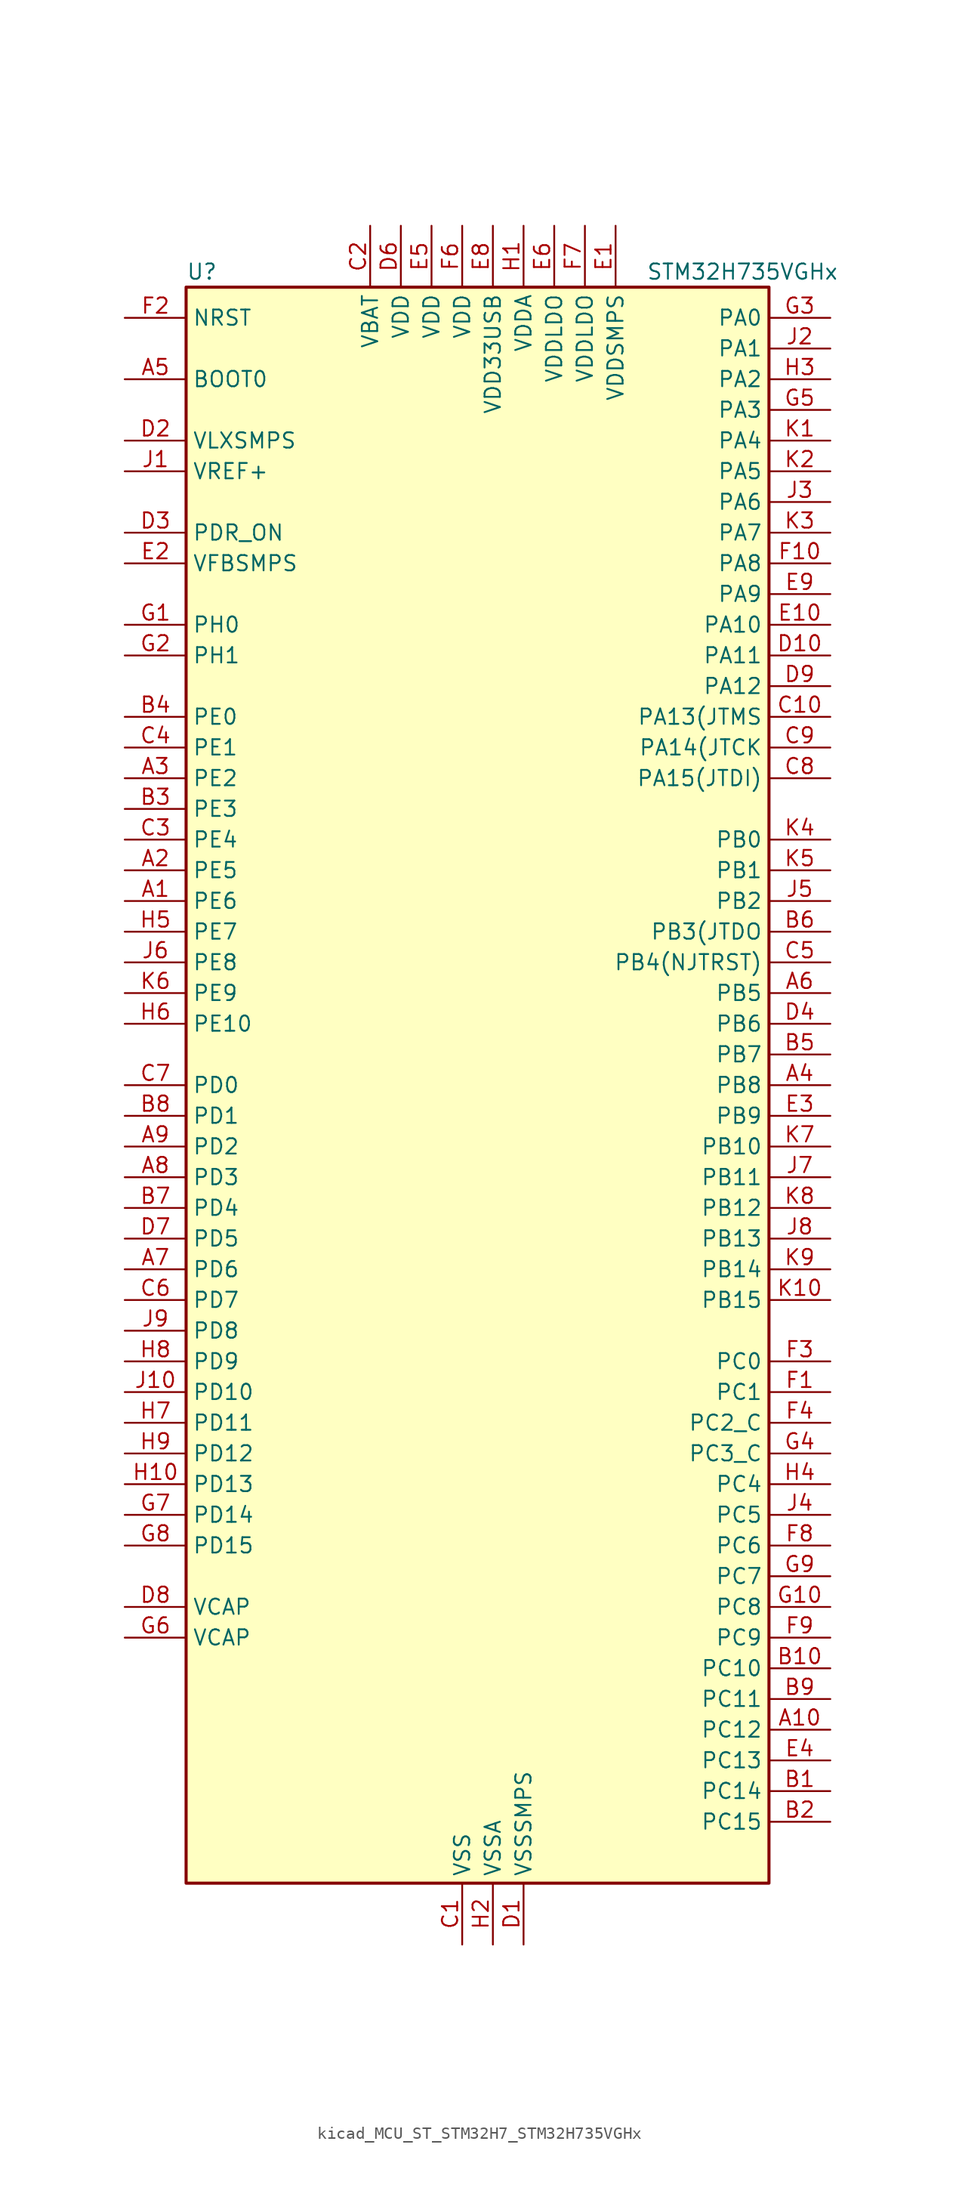
<source format=kicad_sym>
(kicad_symbol_lib
  (version 20220914)
  (generator kicad_symbol_editor)
  (symbol "kicad_MCU_ST_STM32H7_STM32H735VGHx"
    (property "Reference" "U"
      (at -22.86 67.31 0)
      (effects (font (size 1.27 1.27)) (justify left)))
    (property "Value" "STM32H735VGHx"
      (at 15.24 67.31 0)
      (effects (font (size 1.27 1.27)) (justify left)))
    (property "ki_locked" ""
      (at 0 0 0)
      (effects (font (size 1.27 1.27))))
    (symbol "kicad_MCU_ST_STM32H7_STM32H735VGHx_0_1"
      (rectangle (start -22.86 -66.04) (end 25.4 66.04) (stroke (width 0.254) (type default)) (fill (type background))))
    (symbol "kicad_MCU_ST_STM32H7_STM32H735VGHx_1_1"
      (pin bidirectional line (at -27.94 15.24 0) (length 5.08) (name "PE6" (effects (font (size 1.27 1.27)))) (number "A1" (effects (font (size 1.27 1.27)))) (alternate "DCMI_D7" bidirectional line) (alternate "DEBUG_TRACED3" bidirectional line) (alternate "FMC_A22" bidirectional line) (alternate "LTDC_G1" bidirectional line) (alternate "PSSI_D7" bidirectional line) (alternate "SAI1_D1" bidirectional line) (alternate "SAI1_SD_A" bidirectional line) (alternate "SAI4_D1" bidirectional line) (alternate "SAI4_MCLK_B" bidirectional line) (alternate "SAI4_SD_A" bidirectional line) (alternate "SPI4_MOSI" bidirectional line) (alternate "TIM15_CH2" bidirectional line) (alternate "TIM1_BKIN2" bidirectional line) (alternate "TIM1_BKIN2_COMP1" bidirectional line) (alternate "TIM1_BKIN2_COMP2" bidirectional line))
      (pin bidirectional line (at 30.48 -53.34 180) (length 5.08) (name "PC12" (effects (font (size 1.27 1.27)))) (number "A10" (effects (font (size 1.27 1.27)))) (alternate "DCMI_D9" bidirectional line) (alternate "DEBUG_TRACED3" bidirectional line) (alternate "FMC_D6" bidirectional line) (alternate "FMC_DA6" bidirectional line) (alternate "I2C5_SMBA" bidirectional line) (alternate "I2S3_SDO" bidirectional line) (alternate "I2S6_CK" bidirectional line) (alternate "LTDC_R6" bidirectional line) (alternate "PSSI_D9" bidirectional line) (alternate "SDMMC1_CK" bidirectional line) (alternate "SPI3_MOSI" bidirectional line) (alternate "SPI6_SCK" bidirectional line) (alternate "TIM15_CH1" bidirectional line) (alternate "UART5_TX" bidirectional line) (alternate "USART3_CK" bidirectional line))
      (pin bidirectional line (at -27.94 17.78 0) (length 5.08) (name "PE5" (effects (font (size 1.27 1.27)))) (number "A2" (effects (font (size 1.27 1.27)))) (alternate "DCMI_D6" bidirectional line) (alternate "DEBUG_TRACED2" bidirectional line) (alternate "DFSDM1_CKIN3" bidirectional line) (alternate "FMC_A21" bidirectional line) (alternate "LTDC_G0" bidirectional line) (alternate "PSSI_D6" bidirectional line) (alternate "SAI1_CK2" bidirectional line) (alternate "SAI1_SCK_A" bidirectional line) (alternate "SAI4_CK2" bidirectional line) (alternate "SAI4_SCK_A" bidirectional line) (alternate "SPI4_MISO" bidirectional line) (alternate "TIM15_CH1" bidirectional line))
      (pin bidirectional line (at -27.94 25.4 0) (length 5.08) (name "PE2" (effects (font (size 1.27 1.27)))) (number "A3" (effects (font (size 1.27 1.27)))) (alternate "DEBUG_TRACECLK" bidirectional line) (alternate "ETH_TXD3" bidirectional line) (alternate "FMC_A23" bidirectional line) (alternate "OCTOSPIM_P1_IO2" bidirectional line) (alternate "SAI1_CK1" bidirectional line) (alternate "SAI1_MCLK_A" bidirectional line) (alternate "SAI4_CK1" bidirectional line) (alternate "SAI4_MCLK_A" bidirectional line) (alternate "SPI4_SCK" bidirectional line) (alternate "USART10_RX" bidirectional line))
      (pin bidirectional line (at 30.48 0 180) (length 5.08) (name "PB8" (effects (font (size 1.27 1.27)))) (number "A4" (effects (font (size 1.27 1.27)))) (alternate "DCMI_D6" bidirectional line) (alternate "DFSDM1_CKIN7" bidirectional line) (alternate "ETH_TXD3" bidirectional line) (alternate "FDCAN1_RX" bidirectional line) (alternate "I2C1_SCL" bidirectional line) (alternate "I2C4_SCL" bidirectional line) (alternate "LTDC_B6" bidirectional line) (alternate "PSSI_D6" bidirectional line) (alternate "SDMMC1_CKIN" bidirectional line) (alternate "SDMMC1_D4" bidirectional line) (alternate "SDMMC2_D4" bidirectional line) (alternate "TIM16_CH1" bidirectional line) (alternate "TIM4_CH3" bidirectional line) (alternate "UART4_RX" bidirectional line))
      (pin input line (at -27.94 58.42 0) (length 5.08) (name "BOOT0" (effects (font (size 1.27 1.27)))) (number "A5" (effects (font (size 1.27 1.27)))))
      (pin bidirectional line (at 30.48 7.62 180) (length 5.08) (name "PB5" (effects (font (size 1.27 1.27)))) (number "A6" (effects (font (size 1.27 1.27)))) (alternate "DCMI_D10" bidirectional line) (alternate "ETH_PPS_OUT" bidirectional line) (alternate "FDCAN2_RX" bidirectional line) (alternate "FMC_SDCKE1" bidirectional line) (alternate "I2C1_SMBA" bidirectional line) (alternate "I2C4_SMBA" bidirectional line) (alternate "I2S1_SDO" bidirectional line) (alternate "I2S3_SDO" bidirectional line) (alternate "I2S6_SDO" bidirectional line) (alternate "LTDC_B5" bidirectional line) (alternate "PSSI_D10" bidirectional line) (alternate "SPI1_MOSI" bidirectional line) (alternate "SPI3_MOSI" bidirectional line) (alternate "SPI6_MOSI" bidirectional line) (alternate "TIM17_BKIN" bidirectional line) (alternate "TIM3_CH2" bidirectional line) (alternate "UART5_RX" bidirectional line) (alternate "USB_OTG_HS_ULPI_D7" bidirectional line))
      (pin bidirectional line (at -27.94 -15.24 0) (length 5.08) (name "PD6" (effects (font (size 1.27 1.27)))) (number "A7" (effects (font (size 1.27 1.27)))) (alternate "DCMI_D10" bidirectional line) (alternate "DFSDM1_CKIN4" bidirectional line) (alternate "DFSDM1_DATIN1" bidirectional line) (alternate "FMC_NWAIT" bidirectional line) (alternate "I2S3_SDO" bidirectional line) (alternate "LTDC_B2" bidirectional line) (alternate "OCTOSPIM_P1_IO6" bidirectional line) (alternate "PSSI_D10" bidirectional line) (alternate "SAI1_D1" bidirectional line) (alternate "SAI1_SD_A" bidirectional line) (alternate "SAI4_D1" bidirectional line) (alternate "SAI4_SD_A" bidirectional line) (alternate "SDMMC2_CK" bidirectional line) (alternate "SPI3_MOSI" bidirectional line) (alternate "USART2_RX" bidirectional line))
      (pin bidirectional line (at -27.94 -7.62 0) (length 5.08) (name "PD3" (effects (font (size 1.27 1.27)))) (number "A8" (effects (font (size 1.27 1.27)))) (alternate "DCMI_D5" bidirectional line) (alternate "DFSDM1_CKOUT" bidirectional line) (alternate "FMC_CLK" bidirectional line) (alternate "I2S2_CK" bidirectional line) (alternate "LTDC_G7" bidirectional line) (alternate "PSSI_D5" bidirectional line) (alternate "SPI2_SCK" bidirectional line) (alternate "USART2_CTS" bidirectional line) (alternate "USART2_NSS" bidirectional line))
      (pin bidirectional line (at -27.94 -5.08 0) (length 5.08) (name "PD2" (effects (font (size 1.27 1.27)))) (number "A9" (effects (font (size 1.27 1.27)))) (alternate "DCMI_D11" bidirectional line) (alternate "DEBUG_TRACED2" bidirectional line) (alternate "FMC_D7" bidirectional line) (alternate "FMC_DA7" bidirectional line) (alternate "LTDC_B2" bidirectional line) (alternate "LTDC_B7" bidirectional line) (alternate "PSSI_D11" bidirectional line) (alternate "SDMMC1_CMD" bidirectional line) (alternate "TIM15_BKIN" bidirectional line) (alternate "TIM3_ETR" bidirectional line) (alternate "UART5_RX" bidirectional line))
      (pin bidirectional line (at 30.48 -58.42 180) (length 5.08) (name "PC14" (effects (font (size 1.27 1.27)))) (number "B1" (effects (font (size 1.27 1.27)))) (alternate "RCC_OSC32_IN" bidirectional line))
      (pin bidirectional line (at 30.48 -48.26 180) (length 5.08) (name "PC10" (effects (font (size 1.27 1.27)))) (number "B10" (effects (font (size 1.27 1.27)))) (alternate "DCMI_D8" bidirectional line) (alternate "DFSDM1_CKIN5" bidirectional line) (alternate "I2C5_SDA" bidirectional line) (alternate "I2S3_CK" bidirectional line) (alternate "LTDC_B1" bidirectional line) (alternate "LTDC_R2" bidirectional line) (alternate "OCTOSPIM_P1_IO1" bidirectional line) (alternate "PSSI_D8" bidirectional line) (alternate "SDMMC1_D2" bidirectional line) (alternate "SPI3_SCK" bidirectional line) (alternate "SWPMI1_RX" bidirectional line) (alternate "UART4_TX" bidirectional line) (alternate "USART3_TX" bidirectional line))
      (pin bidirectional line (at 30.48 -60.96 180) (length 5.08) (name "PC15" (effects (font (size 1.27 1.27)))) (number "B2" (effects (font (size 1.27 1.27)))) (alternate "ADC1_EXTI15" bidirectional line) (alternate "ADC2_EXTI15" bidirectional line) (alternate "ADC3_EXTI15" bidirectional line) (alternate "RCC_OSC32_OUT" bidirectional line))
      (pin bidirectional line (at -27.94 22.86 0) (length 5.08) (name "PE3" (effects (font (size 1.27 1.27)))) (number "B3" (effects (font (size 1.27 1.27)))) (alternate "DEBUG_TRACED0" bidirectional line) (alternate "FMC_A19" bidirectional line) (alternate "SAI1_SD_B" bidirectional line) (alternate "SAI4_SD_B" bidirectional line) (alternate "TIM15_BKIN" bidirectional line) (alternate "USART10_TX" bidirectional line))
      (pin bidirectional line (at -27.94 30.48 0) (length 5.08) (name "PE0" (effects (font (size 1.27 1.27)))) (number "B4" (effects (font (size 1.27 1.27)))) (alternate "DCMI_D2" bidirectional line) (alternate "FMC_NBL0" bidirectional line) (alternate "LPTIM1_ETR" bidirectional line) (alternate "LPTIM2_ETR" bidirectional line) (alternate "LTDC_R0" bidirectional line) (alternate "PSSI_D2" bidirectional line) (alternate "SAI4_MCLK_A" bidirectional line) (alternate "TIM4_ETR" bidirectional line) (alternate "UART8_RX" bidirectional line))
      (pin bidirectional line (at 30.48 2.54 180) (length 5.08) (name "PB7" (effects (font (size 1.27 1.27)))) (number "B5" (effects (font (size 1.27 1.27)))) (alternate "DCMI_VSYNC" bidirectional line) (alternate "DFSDM1_CKIN5" bidirectional line) (alternate "FMC_NL" bidirectional line) (alternate "I2C1_SDA" bidirectional line) (alternate "I2C4_SDA" bidirectional line) (alternate "LPUART1_RX" bidirectional line) (alternate "PSSI_RDY" bidirectional line) (alternate "PWR_PVD_IN" bidirectional line) (alternate "TIM17_CH1N" bidirectional line) (alternate "TIM4_CH2" bidirectional line) (alternate "USART1_RX" bidirectional line))
      (pin bidirectional line (at 30.48 12.7 180) (length 5.08) (name "PB3(JTDO" (effects (font (size 1.27 1.27)))) (number "B6" (effects (font (size 1.27 1.27)))) (alternate "CRS_SYNC" bidirectional line) (alternate "DEBUG_JTDO-SWO" bidirectional line) (alternate "I2S1_CK" bidirectional line) (alternate "I2S3_CK" bidirectional line) (alternate "I2S6_CK" bidirectional line) (alternate "SDMMC2_D2" bidirectional line) (alternate "SPI1_SCK" bidirectional line) (alternate "SPI3_SCK" bidirectional line) (alternate "SPI6_SCK" bidirectional line) (alternate "TIM24_ETR" bidirectional line) (alternate "TIM2_CH2" bidirectional line) (alternate "UART7_RX" bidirectional line))
      (pin bidirectional line (at -27.94 -10.16 0) (length 5.08) (name "PD4" (effects (font (size 1.27 1.27)))) (number "B7" (effects (font (size 1.27 1.27)))) (alternate "FMC_NOE" bidirectional line) (alternate "OCTOSPIM_P1_IO4" bidirectional line) (alternate "USART2_DE" bidirectional line) (alternate "USART2_RTS" bidirectional line))
      (pin bidirectional line (at -27.94 -2.54 0) (length 5.08) (name "PD1" (effects (font (size 1.27 1.27)))) (number "B8" (effects (font (size 1.27 1.27)))) (alternate "DFSDM1_DATIN6" bidirectional line) (alternate "FDCAN1_TX" bidirectional line) (alternate "FMC_D3" bidirectional line) (alternate "FMC_DA3" bidirectional line) (alternate "UART4_TX" bidirectional line))
      (pin bidirectional line (at 30.48 -50.8 180) (length 5.08) (name "PC11" (effects (font (size 1.27 1.27)))) (number "B9" (effects (font (size 1.27 1.27)))) (alternate "ADC1_EXTI11" bidirectional line) (alternate "ADC2_EXTI11" bidirectional line) (alternate "ADC3_EXTI11" bidirectional line) (alternate "DCMI_D4" bidirectional line) (alternate "DFSDM1_DATIN5" bidirectional line) (alternate "I2C5_SCL" bidirectional line) (alternate "I2S3_SDI" bidirectional line) (alternate "LTDC_B4" bidirectional line) (alternate "OCTOSPIM_P1_NCS" bidirectional line) (alternate "PSSI_D4" bidirectional line) (alternate "SDMMC1_D3" bidirectional line) (alternate "SPI3_MISO" bidirectional line) (alternate "UART4_RX" bidirectional line) (alternate "USART3_RX" bidirectional line))
      (pin power_in line (at 0 -71.12 90) (length 5.08) (name "VSS" (effects (font (size 1.27 1.27)))) (number "C1" (effects (font (size 1.27 1.27)))))
      (pin bidirectional line (at 30.48 30.48 180) (length 5.08) (name "PA13(JTMS" (effects (font (size 1.27 1.27)))) (number "C10" (effects (font (size 1.27 1.27)))) (alternate "DEBUG_JTMS-SWDIO" bidirectional line))
      (pin power_in line (at -7.62 71.12 270) (length 5.08) (name "VBAT" (effects (font (size 1.27 1.27)))) (number "C2" (effects (font (size 1.27 1.27)))))
      (pin bidirectional line (at -27.94 20.32 0) (length 5.08) (name "PE4" (effects (font (size 1.27 1.27)))) (number "C3" (effects (font (size 1.27 1.27)))) (alternate "DCMI_D4" bidirectional line) (alternate "DEBUG_TRACED1" bidirectional line) (alternate "DFSDM1_DATIN3" bidirectional line) (alternate "FMC_A20" bidirectional line) (alternate "LTDC_B0" bidirectional line) (alternate "PSSI_D4" bidirectional line) (alternate "SAI1_D2" bidirectional line) (alternate "SAI1_FS_A" bidirectional line) (alternate "SAI4_D2" bidirectional line) (alternate "SAI4_FS_A" bidirectional line) (alternate "SPI4_NSS" bidirectional line) (alternate "TIM15_CH1N" bidirectional line))
      (pin bidirectional line (at -27.94 27.94 0) (length 5.08) (name "PE1" (effects (font (size 1.27 1.27)))) (number "C4" (effects (font (size 1.27 1.27)))) (alternate "DCMI_D3" bidirectional line) (alternate "FMC_NBL1" bidirectional line) (alternate "LPTIM1_IN2" bidirectional line) (alternate "LTDC_R6" bidirectional line) (alternate "PSSI_D3" bidirectional line) (alternate "UART8_TX" bidirectional line))
      (pin bidirectional line (at 30.48 10.16 180) (length 5.08) (name "PB4(NJTRST)" (effects (font (size 1.27 1.27)))) (number "C5" (effects (font (size 1.27 1.27)))) (alternate "DEBUG_JTRST" bidirectional line) (alternate "I2S1_SDI" bidirectional line) (alternate "I2S2_WS" bidirectional line) (alternate "I2S3_SDI" bidirectional line) (alternate "I2S6_SDI" bidirectional line) (alternate "SDMMC2_D3" bidirectional line) (alternate "SPI1_MISO" bidirectional line) (alternate "SPI2_NSS" bidirectional line) (alternate "SPI3_MISO" bidirectional line) (alternate "SPI6_MISO" bidirectional line) (alternate "TIM16_BKIN" bidirectional line) (alternate "TIM3_CH1" bidirectional line) (alternate "UART7_TX" bidirectional line))
      (pin bidirectional line (at -27.94 -17.78 0) (length 5.08) (name "PD7" (effects (font (size 1.27 1.27)))) (number "C6" (effects (font (size 1.27 1.27)))) (alternate "DFSDM1_CKIN1" bidirectional line) (alternate "DFSDM1_DATIN4" bidirectional line) (alternate "FMC_NE1" bidirectional line) (alternate "I2S1_SDO" bidirectional line) (alternate "OCTOSPIM_P1_IO7" bidirectional line) (alternate "SDMMC2_CMD" bidirectional line) (alternate "SPDIFRX1_IN0" bidirectional line) (alternate "SPI1_MOSI" bidirectional line) (alternate "USART2_CK" bidirectional line))
      (pin bidirectional line (at -27.94 0 0) (length 5.08) (name "PD0" (effects (font (size 1.27 1.27)))) (number "C7" (effects (font (size 1.27 1.27)))) (alternate "DFSDM1_CKIN6" bidirectional line) (alternate "FDCAN1_RX" bidirectional line) (alternate "FMC_D2" bidirectional line) (alternate "FMC_DA2" bidirectional line) (alternate "LTDC_B1" bidirectional line) (alternate "UART4_RX" bidirectional line) (alternate "UART9_CTS" bidirectional line))
      (pin bidirectional line (at 30.48 25.4 180) (length 5.08) (name "PA15(JTDI)" (effects (font (size 1.27 1.27)))) (number "C8" (effects (font (size 1.27 1.27)))) (alternate "ADC1_EXTI15" bidirectional line) (alternate "ADC2_EXTI15" bidirectional line) (alternate "ADC3_EXTI15" bidirectional line) (alternate "CEC" bidirectional line) (alternate "DEBUG_JTDI" bidirectional line) (alternate "I2S1_WS" bidirectional line) (alternate "I2S3_WS" bidirectional line) (alternate "I2S6_WS" bidirectional line) (alternate "LTDC_B6" bidirectional line) (alternate "LTDC_R3" bidirectional line) (alternate "SPI1_NSS" bidirectional line) (alternate "SPI3_NSS" bidirectional line) (alternate "SPI6_NSS" bidirectional line) (alternate "TIM2_CH1" bidirectional line) (alternate "TIM2_ETR" bidirectional line) (alternate "UART4_DE" bidirectional line) (alternate "UART4_RTS" bidirectional line) (alternate "UART7_TX" bidirectional line))
      (pin bidirectional line (at 30.48 27.94 180) (length 5.08) (name "PA14(JTCK" (effects (font (size 1.27 1.27)))) (number "C9" (effects (font (size 1.27 1.27)))) (alternate "DEBUG_JTCK-SWCLK" bidirectional line))
      (pin power_in line (at 5.08 -71.12 90) (length 5.08) (name "VSSSMPS" (effects (font (size 1.27 1.27)))) (number "D1" (effects (font (size 1.27 1.27)))))
      (pin bidirectional line (at 30.48 35.56 180) (length 5.08) (name "PA11" (effects (font (size 1.27 1.27)))) (number "D10" (effects (font (size 1.27 1.27)))) (alternate "ADC1_EXTI11" bidirectional line) (alternate "ADC2_EXTI11" bidirectional line) (alternate "ADC3_EXTI11" bidirectional line) (alternate "FDCAN1_RX" bidirectional line) (alternate "I2S2_WS" bidirectional line) (alternate "LPUART1_CTS" bidirectional line) (alternate "LTDC_R4" bidirectional line) (alternate "SPI2_NSS" bidirectional line) (alternate "TIM1_CH4" bidirectional line) (alternate "UART4_RX" bidirectional line) (alternate "USART1_CTS" bidirectional line) (alternate "USART1_NSS" bidirectional line) (alternate "USB_OTG_HS_DM" bidirectional line))
      (pin power_in line (at -27.94 53.34 0) (length 5.08) (name "VLXSMPS" (effects (font (size 1.27 1.27)))) (number "D2" (effects (font (size 1.27 1.27)))))
      (pin input line (at -27.94 45.72 0) (length 5.08) (name "PDR_ON" (effects (font (size 1.27 1.27)))) (number "D3" (effects (font (size 1.27 1.27)))))
      (pin bidirectional line (at 30.48 5.08 180) (length 5.08) (name "PB6" (effects (font (size 1.27 1.27)))) (number "D4" (effects (font (size 1.27 1.27)))) (alternate "CEC" bidirectional line) (alternate "DCMI_D5" bidirectional line) (alternate "DFSDM1_DATIN5" bidirectional line) (alternate "FDCAN2_TX" bidirectional line) (alternate "FMC_SDNE1" bidirectional line) (alternate "I2C1_SCL" bidirectional line) (alternate "I2C4_SCL" bidirectional line) (alternate "LPUART1_TX" bidirectional line) (alternate "OCTOSPIM_P1_NCS" bidirectional line) (alternate "PSSI_D5" bidirectional line) (alternate "TIM16_CH1N" bidirectional line) (alternate "TIM4_CH1" bidirectional line) (alternate "UART5_TX" bidirectional line) (alternate "USART1_TX" bidirectional line))
      (pin passive line (at 0 -71.12 90) (length 5.08) hide (name "VSS" (effects (font (size 1.27 1.27)))) (number "D5" (effects (font (size 1.27 1.27)))))
      (pin power_in line (at -5.08 71.12 270) (length 5.08) (name "VDD" (effects (font (size 1.27 1.27)))) (number "D6" (effects (font (size 1.27 1.27)))))
      (pin bidirectional line (at -27.94 -12.7 0) (length 5.08) (name "PD5" (effects (font (size 1.27 1.27)))) (number "D7" (effects (font (size 1.27 1.27)))) (alternate "FMC_NWE" bidirectional line) (alternate "OCTOSPIM_P1_IO5" bidirectional line) (alternate "USART2_TX" bidirectional line))
      (pin power_out line (at -27.94 -43.18 0) (length 5.08) (name "VCAP" (effects (font (size 1.27 1.27)))) (number "D8" (effects (font (size 1.27 1.27)))))
      (pin bidirectional line (at 30.48 33.02 180) (length 5.08) (name "PA12" (effects (font (size 1.27 1.27)))) (number "D9" (effects (font (size 1.27 1.27)))) (alternate "FDCAN1_TX" bidirectional line) (alternate "I2S2_CK" bidirectional line) (alternate "LPUART1_DE" bidirectional line) (alternate "LPUART1_RTS" bidirectional line) (alternate "LTDC_R5" bidirectional line) (alternate "SAI4_FS_B" bidirectional line) (alternate "SPI2_SCK" bidirectional line) (alternate "TIM1_BKIN2" bidirectional line) (alternate "TIM1_ETR" bidirectional line) (alternate "UART4_TX" bidirectional line) (alternate "USART1_DE" bidirectional line) (alternate "USART1_RTS" bidirectional line) (alternate "USB_OTG_HS_DP" bidirectional line))
      (pin power_in line (at 12.7 71.12 270) (length 5.08) (name "VDDSMPS" (effects (font (size 1.27 1.27)))) (number "E1" (effects (font (size 1.27 1.27)))))
      (pin bidirectional line (at 30.48 38.1 180) (length 5.08) (name "PA10" (effects (font (size 1.27 1.27)))) (number "E10" (effects (font (size 1.27 1.27)))) (alternate "DCMI_D1" bidirectional line) (alternate "LPUART1_RX" bidirectional line) (alternate "LTDC_B1" bidirectional line) (alternate "LTDC_B4" bidirectional line) (alternate "MDIOS_MDIO" bidirectional line) (alternate "PSSI_D1" bidirectional line) (alternate "TIM1_CH3" bidirectional line) (alternate "USART1_RX" bidirectional line) (alternate "USB_OTG_HS_ID" bidirectional line))
      (pin input line (at -27.94 43.18 0) (length 5.08) (name "VFBSMPS" (effects (font (size 1.27 1.27)))) (number "E2" (effects (font (size 1.27 1.27)))))
      (pin bidirectional line (at 30.48 -2.54 180) (length 5.08) (name "PB9" (effects (font (size 1.27 1.27)))) (number "E3" (effects (font (size 1.27 1.27)))) (alternate "DAC1_EXTI9" bidirectional line) (alternate "DCMI_D7" bidirectional line) (alternate "DFSDM1_DATIN7" bidirectional line) (alternate "FDCAN1_TX" bidirectional line) (alternate "I2C1_SDA" bidirectional line) (alternate "I2C4_SDA" bidirectional line) (alternate "I2C4_SMBA" bidirectional line) (alternate "I2S2_WS" bidirectional line) (alternate "LTDC_B7" bidirectional line) (alternate "PSSI_D7" bidirectional line) (alternate "SDMMC1_CDIR" bidirectional line) (alternate "SDMMC1_D5" bidirectional line) (alternate "SDMMC2_D5" bidirectional line) (alternate "SPI2_NSS" bidirectional line) (alternate "TIM17_CH1" bidirectional line) (alternate "TIM4_CH4" bidirectional line) (alternate "UART4_TX" bidirectional line))
      (pin bidirectional line (at 30.48 -55.88 180) (length 5.08) (name "PC13" (effects (font (size 1.27 1.27)))) (number "E4" (effects (font (size 1.27 1.27)))) (alternate "PWR_WKUP4" bidirectional line) (alternate "RTC_OUT_ALARM" bidirectional line) (alternate "RTC_OUT_CALIB" bidirectional line) (alternate "RTC_TAMP1" bidirectional line) (alternate "RTC_TS" bidirectional line))
      (pin power_in line (at -2.54 71.12 270) (length 5.08) (name "VDD" (effects (font (size 1.27 1.27)))) (number "E5" (effects (font (size 1.27 1.27)))))
      (pin power_in line (at 7.62 71.12 270) (length 5.08) (name "VDDLDO" (effects (font (size 1.27 1.27)))) (number "E6" (effects (font (size 1.27 1.27)))))
      (pin passive line (at 0 -71.12 90) (length 5.08) hide (name "VSS" (effects (font (size 1.27 1.27)))) (number "E7" (effects (font (size 1.27 1.27)))))
      (pin power_in line (at 2.54 71.12 270) (length 5.08) (name "VDD33USB" (effects (font (size 1.27 1.27)))) (number "E8" (effects (font (size 1.27 1.27)))))
      (pin bidirectional line (at 30.48 40.64 180) (length 5.08) (name "PA9" (effects (font (size 1.27 1.27)))) (number "E9" (effects (font (size 1.27 1.27)))) (alternate "DAC1_EXTI9" bidirectional line) (alternate "DCMI_D0" bidirectional line) (alternate "ETH_TX_ER" bidirectional line) (alternate "I2C3_SMBA" bidirectional line) (alternate "I2C5_SMBA" bidirectional line) (alternate "I2S2_CK" bidirectional line) (alternate "LPUART1_TX" bidirectional line) (alternate "LTDC_R5" bidirectional line) (alternate "PSSI_D0" bidirectional line) (alternate "SPI2_SCK" bidirectional line) (alternate "TIM1_CH2" bidirectional line) (alternate "USART1_TX" bidirectional line) (alternate "USB_OTG_HS_VBUS" bidirectional line))
      (pin bidirectional line (at 30.48 -25.4 180) (length 5.08) (name "PC1" (effects (font (size 1.27 1.27)))) (number "F1" (effects (font (size 1.27 1.27)))) (alternate "ADC1_INN10" bidirectional line) (alternate "ADC1_INP11" bidirectional line) (alternate "ADC2_INN10" bidirectional line) (alternate "ADC2_INP11" bidirectional line) (alternate "ADC3_INN10" bidirectional line) (alternate "ADC3_INP11" bidirectional line) (alternate "DEBUG_TRACED0" bidirectional line) (alternate "DFSDM1_CKIN4" bidirectional line) (alternate "DFSDM1_DATIN0" bidirectional line) (alternate "ETH_MDC" bidirectional line) (alternate "I2S2_SDO" bidirectional line) (alternate "LTDC_G5" bidirectional line) (alternate "MDIOS_MDC" bidirectional line) (alternate "OCTOSPIM_P1_IO4" bidirectional line) (alternate "PWR_WKUP6" bidirectional line) (alternate "RTC_TAMP3" bidirectional line) (alternate "SAI1_D1" bidirectional line) (alternate "SAI1_SD_A" bidirectional line) (alternate "SAI4_D1" bidirectional line) (alternate "SAI4_SD_A" bidirectional line) (alternate "SDMMC2_CK" bidirectional line) (alternate "SPI2_MOSI" bidirectional line))
      (pin bidirectional line (at 30.48 43.18 180) (length 5.08) (name "PA8" (effects (font (size 1.27 1.27)))) (number "F10" (effects (font (size 1.27 1.27)))) (alternate "I2C3_SCL" bidirectional line) (alternate "I2C5_SCL" bidirectional line) (alternate "LTDC_B3" bidirectional line) (alternate "LTDC_R6" bidirectional line) (alternate "RCC_MCO_1" bidirectional line) (alternate "TIM1_CH1" bidirectional line) (alternate "TIM8_BKIN2" bidirectional line) (alternate "TIM8_BKIN2_COMP1" bidirectional line) (alternate "TIM8_BKIN2_COMP2" bidirectional line) (alternate "UART7_RX" bidirectional line) (alternate "USART1_CK" bidirectional line) (alternate "USB_OTG_HS_SOF" bidirectional line))
      (pin input line (at -27.94 63.5 0) (length 5.08) (name "NRST" (effects (font (size 1.27 1.27)))) (number "F2" (effects (font (size 1.27 1.27)))))
      (pin bidirectional line (at 30.48 -22.86 180) (length 5.08) (name "PC0" (effects (font (size 1.27 1.27)))) (number "F3" (effects (font (size 1.27 1.27)))) (alternate "ADC1_INP10" bidirectional line) (alternate "ADC2_INP10" bidirectional line) (alternate "ADC3_INP10" bidirectional line) (alternate "DFSDM1_CKIN0" bidirectional line) (alternate "DFSDM1_DATIN4" bidirectional line) (alternate "FMC_A25" bidirectional line) (alternate "FMC_D12" bidirectional line) (alternate "FMC_DA12" bidirectional line) (alternate "FMC_SDNWE" bidirectional line) (alternate "LTDC_G2" bidirectional line) (alternate "LTDC_R5" bidirectional line) (alternate "SAI4_FS_B" bidirectional line) (alternate "USB_OTG_HS_ULPI_STP" bidirectional line))
      (pin bidirectional line (at 30.48 -27.94 180) (length 5.08) (name "PC2_C" (effects (font (size 1.27 1.27)))) (number "F4" (effects (font (size 1.27 1.27)))) (alternate "ADC3_INN1" bidirectional line) (alternate "ADC3_INP0" bidirectional line) (alternate "DFSDM1_CKIN1" bidirectional line) (alternate "DFSDM1_CKOUT" bidirectional line) (alternate "ETH_TXD2" bidirectional line) (alternate "FMC_SDNE0" bidirectional line) (alternate "I2S2_SDI" bidirectional line) (alternate "OCTOSPIM_P1_IO2" bidirectional line) (alternate "OCTOSPIM_P1_IO5" bidirectional line) (alternate "PWR_CSTOP" bidirectional line) (alternate "SPI2_MISO" bidirectional line) (alternate "USB_OTG_HS_ULPI_DIR" bidirectional line))
      (pin passive line (at 0 -71.12 90) (length 5.08) hide (name "VSS" (effects (font (size 1.27 1.27)))) (number "F5" (effects (font (size 1.27 1.27)))))
      (pin power_in line (at 0 71.12 270) (length 5.08) (name "VDD" (effects (font (size 1.27 1.27)))) (number "F6" (effects (font (size 1.27 1.27)))))
      (pin power_in line (at 10.16 71.12 270) (length 5.08) (name "VDDLDO" (effects (font (size 1.27 1.27)))) (number "F7" (effects (font (size 1.27 1.27)))))
      (pin bidirectional line (at 30.48 -38.1 180) (length 5.08) (name "PC6" (effects (font (size 1.27 1.27)))) (number "F8" (effects (font (size 1.27 1.27)))) (alternate "DCMI_D0" bidirectional line) (alternate "DFSDM1_CKIN3" bidirectional line) (alternate "FMC_NWAIT" bidirectional line) (alternate "I2S2_MCK" bidirectional line) (alternate "LTDC_HSYNC" bidirectional line) (alternate "PSSI_D0" bidirectional line) (alternate "SDMMC1_D0DIR" bidirectional line) (alternate "SDMMC1_D6" bidirectional line) (alternate "SDMMC2_D6" bidirectional line) (alternate "SWPMI1_IO" bidirectional line) (alternate "TIM3_CH1" bidirectional line) (alternate "TIM8_CH1" bidirectional line) (alternate "USART6_TX" bidirectional line))
      (pin bidirectional line (at 30.48 -45.72 180) (length 5.08) (name "PC9" (effects (font (size 1.27 1.27)))) (number "F9" (effects (font (size 1.27 1.27)))) (alternate "DAC1_EXTI9" bidirectional line) (alternate "DCMI_D3" bidirectional line) (alternate "I2C3_SDA" bidirectional line) (alternate "I2C5_SDA" bidirectional line) (alternate "I2S_CKIN" bidirectional line) (alternate "LTDC_B2" bidirectional line) (alternate "LTDC_G3" bidirectional line) (alternate "OCTOSPIM_P1_IO0" bidirectional line) (alternate "PSSI_D3" bidirectional line) (alternate "RCC_MCO_2" bidirectional line) (alternate "SDMMC1_D1" bidirectional line) (alternate "SWPMI1_SUSPEND" bidirectional line) (alternate "TIM3_CH4" bidirectional line) (alternate "TIM8_CH4" bidirectional line) (alternate "UART5_CTS" bidirectional line))
      (pin bidirectional line (at -27.94 38.1 0) (length 5.08) (name "PH0" (effects (font (size 1.27 1.27)))) (number "G1" (effects (font (size 1.27 1.27)))) (alternate "RCC_OSC_IN" bidirectional line))
      (pin bidirectional line (at 30.48 -43.18 180) (length 5.08) (name "PC8" (effects (font (size 1.27 1.27)))) (number "G10" (effects (font (size 1.27 1.27)))) (alternate "DCMI_D2" bidirectional line) (alternate "DEBUG_TRACED1" bidirectional line) (alternate "FMC_INT" bidirectional line) (alternate "FMC_NCE" bidirectional line) (alternate "FMC_NE2" bidirectional line) (alternate "PSSI_D2" bidirectional line) (alternate "SDMMC1_D0" bidirectional line) (alternate "SWPMI1_RX" bidirectional line) (alternate "TIM3_CH3" bidirectional line) (alternate "TIM8_CH3" bidirectional line) (alternate "UART5_DE" bidirectional line) (alternate "UART5_RTS" bidirectional line) (alternate "USART6_CK" bidirectional line))
      (pin bidirectional line (at -27.94 35.56 0) (length 5.08) (name "PH1" (effects (font (size 1.27 1.27)))) (number "G2" (effects (font (size 1.27 1.27)))) (alternate "RCC_OSC_OUT" bidirectional line))
      (pin bidirectional line (at 30.48 63.5 180) (length 5.08) (name "PA0" (effects (font (size 1.27 1.27)))) (number "G3" (effects (font (size 1.27 1.27)))) (alternate "ADC1_INP16" bidirectional line) (alternate "ETH_CRS" bidirectional line) (alternate "FMC_A19" bidirectional line) (alternate "I2S6_WS" bidirectional line) (alternate "PWR_WKUP1" bidirectional line) (alternate "SAI4_SD_B" bidirectional line) (alternate "SDMMC2_CMD" bidirectional line) (alternate "SPI6_NSS" bidirectional line) (alternate "TIM15_BKIN" bidirectional line) (alternate "TIM2_CH1" bidirectional line) (alternate "TIM2_ETR" bidirectional line) (alternate "TIM5_CH1" bidirectional line) (alternate "TIM8_ETR" bidirectional line) (alternate "UART4_TX" bidirectional line) (alternate "USART2_CTS" bidirectional line) (alternate "USART2_NSS" bidirectional line))
      (pin bidirectional line (at 30.48 -30.48 180) (length 5.08) (name "PC3_C" (effects (font (size 1.27 1.27)))) (number "G4" (effects (font (size 1.27 1.27)))) (alternate "ADC3_INP1" bidirectional line) (alternate "DFSDM1_DATIN1" bidirectional line) (alternate "ETH_TX_CLK" bidirectional line) (alternate "FMC_SDCKE0" bidirectional line) (alternate "I2S2_SDO" bidirectional line) (alternate "OCTOSPIM_P1_IO0" bidirectional line) (alternate "OCTOSPIM_P1_IO6" bidirectional line) (alternate "PWR_CSLEEP" bidirectional line) (alternate "SPI2_MOSI" bidirectional line) (alternate "USB_OTG_HS_ULPI_NXT" bidirectional line))
      (pin bidirectional line (at 30.48 55.88 180) (length 5.08) (name "PA3" (effects (font (size 1.27 1.27)))) (number "G5" (effects (font (size 1.27 1.27)))) (alternate "ADC1_INP15" bidirectional line) (alternate "ADC2_INP15" bidirectional line) (alternate "ETH_COL" bidirectional line) (alternate "I2S6_MCK" bidirectional line) (alternate "LPTIM5_OUT" bidirectional line) (alternate "LTDC_B2" bidirectional line) (alternate "LTDC_B5" bidirectional line) (alternate "OCTOSPIM_P1_CLK" bidirectional line) (alternate "OCTOSPIM_P1_IO2" bidirectional line) (alternate "TIM15_CH2" bidirectional line) (alternate "TIM2_CH4" bidirectional line) (alternate "TIM5_CH4" bidirectional line) (alternate "USART2_RX" bidirectional line) (alternate "USB_OTG_HS_ULPI_D0" bidirectional line))
      (pin power_out line (at -27.94 -45.72 0) (length 5.08) (name "VCAP" (effects (font (size 1.27 1.27)))) (number "G6" (effects (font (size 1.27 1.27)))))
      (pin bidirectional line (at -27.94 -35.56 0) (length 5.08) (name "PD14" (effects (font (size 1.27 1.27)))) (number "G7" (effects (font (size 1.27 1.27)))) (alternate "FMC_D0" bidirectional line) (alternate "FMC_DA0" bidirectional line) (alternate "TIM4_CH3" bidirectional line) (alternate "UART8_CTS" bidirectional line) (alternate "UART9_RX" bidirectional line))
      (pin bidirectional line (at -27.94 -38.1 0) (length 5.08) (name "PD15" (effects (font (size 1.27 1.27)))) (number "G8" (effects (font (size 1.27 1.27)))) (alternate "ADC1_EXTI15" bidirectional line) (alternate "ADC2_EXTI15" bidirectional line) (alternate "ADC3_EXTI15" bidirectional line) (alternate "FMC_D1" bidirectional line) (alternate "FMC_DA1" bidirectional line) (alternate "TIM4_CH4" bidirectional line) (alternate "UART8_DE" bidirectional line) (alternate "UART8_RTS" bidirectional line) (alternate "UART9_TX" bidirectional line))
      (pin bidirectional line (at 30.48 -40.64 180) (length 5.08) (name "PC7" (effects (font (size 1.27 1.27)))) (number "G9" (effects (font (size 1.27 1.27)))) (alternate "DCMI_D1" bidirectional line) (alternate "DEBUG_TRGIO" bidirectional line) (alternate "DFSDM1_DATIN3" bidirectional line) (alternate "FMC_NE1" bidirectional line) (alternate "I2S3_MCK" bidirectional line) (alternate "LTDC_G6" bidirectional line) (alternate "PSSI_D1" bidirectional line) (alternate "SDMMC1_D123DIR" bidirectional line) (alternate "SDMMC1_D7" bidirectional line) (alternate "SDMMC2_D7" bidirectional line) (alternate "SWPMI1_TX" bidirectional line) (alternate "TIM3_CH2" bidirectional line) (alternate "TIM8_CH2" bidirectional line) (alternate "USART6_RX" bidirectional line))
      (pin power_in line (at 5.08 71.12 270) (length 5.08) (name "VDDA" (effects (font (size 1.27 1.27)))) (number "H1" (effects (font (size 1.27 1.27)))))
      (pin bidirectional line (at -27.94 -33.02 0) (length 5.08) (name "PD13" (effects (font (size 1.27 1.27)))) (number "H10" (effects (font (size 1.27 1.27)))) (alternate "DCMI_D13" bidirectional line) (alternate "FDCAN3_TX" bidirectional line) (alternate "FMC_A18" bidirectional line) (alternate "I2C4_SDA" bidirectional line) (alternate "LPTIM1_OUT" bidirectional line) (alternate "OCTOSPIM_P1_IO3" bidirectional line) (alternate "PSSI_D13" bidirectional line) (alternate "SAI4_SCK_A" bidirectional line) (alternate "TIM4_CH2" bidirectional line) (alternate "UART9_DE" bidirectional line) (alternate "UART9_RTS" bidirectional line))
      (pin power_in line (at 2.54 -71.12 90) (length 5.08) (name "VSSA" (effects (font (size 1.27 1.27)))) (number "H2" (effects (font (size 1.27 1.27)))))
      (pin bidirectional line (at 30.48 58.42 180) (length 5.08) (name "PA2" (effects (font (size 1.27 1.27)))) (number "H3" (effects (font (size 1.27 1.27)))) (alternate "ADC1_INP14" bidirectional line) (alternate "ADC2_INP14" bidirectional line) (alternate "ETH_MDIO" bidirectional line) (alternate "LPTIM4_OUT" bidirectional line) (alternate "LTDC_R1" bidirectional line) (alternate "MDIOS_MDIO" bidirectional line) (alternate "OCTOSPIM_P1_IO0" bidirectional line) (alternate "PWR_WKUP2" bidirectional line) (alternate "SAI4_SCK_B" bidirectional line) (alternate "TIM15_CH1" bidirectional line) (alternate "TIM2_CH3" bidirectional line) (alternate "TIM5_CH3" bidirectional line) (alternate "USART2_TX" bidirectional line))
      (pin bidirectional line (at 30.48 -33.02 180) (length 5.08) (name "PC4" (effects (font (size 1.27 1.27)))) (number "H4" (effects (font (size 1.27 1.27)))) (alternate "ADC1_INP4" bidirectional line) (alternate "ADC2_INP4" bidirectional line) (alternate "COMP1_INM" bidirectional line) (alternate "DFSDM1_CKIN2" bidirectional line) (alternate "ETH_RXD0" bidirectional line) (alternate "FMC_A22" bidirectional line) (alternate "FMC_SDNE0" bidirectional line) (alternate "I2S1_MCK" bidirectional line) (alternate "LTDC_R7" bidirectional line) (alternate "OPAMP1_VOUT" bidirectional line) (alternate "SDMMC2_CKIN" bidirectional line) (alternate "SPDIFRX1_IN2" bidirectional line))
      (pin bidirectional line (at -27.94 12.7 0) (length 5.08) (name "PE7" (effects (font (size 1.27 1.27)))) (number "H5" (effects (font (size 1.27 1.27)))) (alternate "COMP2_INM" bidirectional line) (alternate "DFSDM1_DATIN2" bidirectional line) (alternate "FMC_D4" bidirectional line) (alternate "FMC_DA4" bidirectional line) (alternate "OCTOSPIM_P1_IO4" bidirectional line) (alternate "OPAMP2_VOUT" bidirectional line) (alternate "TIM1_ETR" bidirectional line) (alternate "UART7_RX" bidirectional line))
      (pin bidirectional line (at -27.94 5.08 0) (length 5.08) (name "PE10" (effects (font (size 1.27 1.27)))) (number "H6" (effects (font (size 1.27 1.27)))) (alternate "COMP2_INM" bidirectional line) (alternate "DFSDM1_DATIN4" bidirectional line) (alternate "FMC_D7" bidirectional line) (alternate "FMC_DA7" bidirectional line) (alternate "OCTOSPIM_P1_IO7" bidirectional line) (alternate "TIM1_CH2N" bidirectional line) (alternate "UART7_CTS" bidirectional line))
      (pin bidirectional line (at -27.94 -27.94 0) (length 5.08) (name "PD11" (effects (font (size 1.27 1.27)))) (number "H7" (effects (font (size 1.27 1.27)))) (alternate "ADC1_EXTI11" bidirectional line) (alternate "ADC2_EXTI11" bidirectional line) (alternate "ADC3_EXTI11" bidirectional line) (alternate "FMC_A16" bidirectional line) (alternate "FMC_CLE" bidirectional line) (alternate "I2C4_SMBA" bidirectional line) (alternate "LPTIM2_IN2" bidirectional line) (alternate "OCTOSPIM_P1_IO0" bidirectional line) (alternate "SAI4_SD_A" bidirectional line) (alternate "USART3_CTS" bidirectional line) (alternate "USART3_NSS" bidirectional line))
      (pin bidirectional line (at -27.94 -22.86 0) (length 5.08) (name "PD9" (effects (font (size 1.27 1.27)))) (number "H8" (effects (font (size 1.27 1.27)))) (alternate "DAC1_EXTI9" bidirectional line) (alternate "DFSDM1_DATIN3" bidirectional line) (alternate "FMC_D14" bidirectional line) (alternate "FMC_DA14" bidirectional line) (alternate "USART3_RX" bidirectional line))
      (pin bidirectional line (at -27.94 -30.48 0) (length 5.08) (name "PD12" (effects (font (size 1.27 1.27)))) (number "H9" (effects (font (size 1.27 1.27)))) (alternate "DCMI_D12" bidirectional line) (alternate "FDCAN3_RX" bidirectional line) (alternate "FMC_A17" bidirectional line) (alternate "FMC_ALE" bidirectional line) (alternate "I2C4_SCL" bidirectional line) (alternate "LPTIM1_IN1" bidirectional line) (alternate "LPTIM2_IN1" bidirectional line) (alternate "OCTOSPIM_P1_IO1" bidirectional line) (alternate "PSSI_D12" bidirectional line) (alternate "SAI4_FS_A" bidirectional line) (alternate "TIM4_CH1" bidirectional line) (alternate "USART3_DE" bidirectional line) (alternate "USART3_RTS" bidirectional line))
      (pin input line (at -27.94 50.8 0) (length 5.08) (name "VREF+" (effects (font (size 1.27 1.27)))) (number "J1" (effects (font (size 1.27 1.27)))) (alternate "VREFBUF_OUT" bidirectional line))
      (pin bidirectional line (at -27.94 -25.4 0) (length 5.08) (name "PD10" (effects (font (size 1.27 1.27)))) (number "J10" (effects (font (size 1.27 1.27)))) (alternate "DFSDM1_CKOUT" bidirectional line) (alternate "FMC_D15" bidirectional line) (alternate "FMC_DA15" bidirectional line) (alternate "LTDC_B3" bidirectional line) (alternate "USART3_CK" bidirectional line))
      (pin bidirectional line (at 30.48 60.96 180) (length 5.08) (name "PA1" (effects (font (size 1.27 1.27)))) (number "J2" (effects (font (size 1.27 1.27)))) (alternate "ADC1_INN16" bidirectional line) (alternate "ADC1_INP17" bidirectional line) (alternate "ETH_REF_CLK" bidirectional line) (alternate "ETH_RX_CLK" bidirectional line) (alternate "LPTIM3_OUT" bidirectional line) (alternate "LTDC_R2" bidirectional line) (alternate "OCTOSPIM_P1_DQS" bidirectional line) (alternate "OCTOSPIM_P1_IO3" bidirectional line) (alternate "SAI4_MCLK_B" bidirectional line) (alternate "TIM15_CH1N" bidirectional line) (alternate "TIM2_CH2" bidirectional line) (alternate "TIM5_CH2" bidirectional line) (alternate "UART4_RX" bidirectional line) (alternate "USART2_DE" bidirectional line) (alternate "USART2_RTS" bidirectional line))
      (pin bidirectional line (at 30.48 48.26 180) (length 5.08) (name "PA6" (effects (font (size 1.27 1.27)))) (number "J3" (effects (font (size 1.27 1.27)))) (alternate "ADC1_INP3" bidirectional line) (alternate "ADC2_INP3" bidirectional line) (alternate "DCMI_PIXCLK" bidirectional line) (alternate "I2S1_SDI" bidirectional line) (alternate "I2S6_SDI" bidirectional line) (alternate "LTDC_G2" bidirectional line) (alternate "MDIOS_MDC" bidirectional line) (alternate "OCTOSPIM_P1_IO3" bidirectional line) (alternate "PSSI_PDCK" bidirectional line) (alternate "SPI1_MISO" bidirectional line) (alternate "SPI6_MISO" bidirectional line) (alternate "TIM13_CH1" bidirectional line) (alternate "TIM1_BKIN" bidirectional line) (alternate "TIM1_BKIN_COMP1" bidirectional line) (alternate "TIM1_BKIN_COMP2" bidirectional line) (alternate "TIM3_CH1" bidirectional line) (alternate "TIM8_BKIN" bidirectional line) (alternate "TIM8_BKIN_COMP1" bidirectional line) (alternate "TIM8_BKIN_COMP2" bidirectional line))
      (pin bidirectional line (at 30.48 -35.56 180) (length 5.08) (name "PC5" (effects (font (size 1.27 1.27)))) (number "J4" (effects (font (size 1.27 1.27)))) (alternate "ADC1_INN4" bidirectional line) (alternate "ADC1_INP8" bidirectional line) (alternate "ADC2_INN4" bidirectional line) (alternate "ADC2_INP8" bidirectional line) (alternate "COMP1_OUT" bidirectional line) (alternate "DFSDM1_DATIN2" bidirectional line) (alternate "ETH_RXD1" bidirectional line) (alternate "FMC_SDCKE0" bidirectional line) (alternate "LTDC_DE" bidirectional line) (alternate "OCTOSPIM_P1_DQS" bidirectional line) (alternate "OPAMP1_VINM" bidirectional line) (alternate "PSSI_D15" bidirectional line) (alternate "SAI1_D3" bidirectional line) (alternate "SAI4_D3" bidirectional line) (alternate "SPDIFRX1_IN3" bidirectional line))
      (pin bidirectional line (at 30.48 15.24 180) (length 5.08) (name "PB2" (effects (font (size 1.27 1.27)))) (number "J5" (effects (font (size 1.27 1.27)))) (alternate "COMP1_INP" bidirectional line) (alternate "DFSDM1_CKIN1" bidirectional line) (alternate "ETH_TX_ER" bidirectional line) (alternate "I2S3_SDO" bidirectional line) (alternate "OCTOSPIM_P1_CLK" bidirectional line) (alternate "OCTOSPIM_P1_DQS" bidirectional line) (alternate "RTC_OUT_ALARM" bidirectional line) (alternate "RTC_OUT_CALIB" bidirectional line) (alternate "SAI1_D1" bidirectional line) (alternate "SAI1_SD_A" bidirectional line) (alternate "SAI4_D1" bidirectional line) (alternate "SAI4_SD_A" bidirectional line) (alternate "SPI3_MOSI" bidirectional line) (alternate "TIM23_ETR" bidirectional line))
      (pin bidirectional line (at -27.94 10.16 0) (length 5.08) (name "PE8" (effects (font (size 1.27 1.27)))) (number "J6" (effects (font (size 1.27 1.27)))) (alternate "COMP2_OUT" bidirectional line) (alternate "DFSDM1_CKIN2" bidirectional line) (alternate "FMC_D5" bidirectional line) (alternate "FMC_DA5" bidirectional line) (alternate "OCTOSPIM_P1_IO5" bidirectional line) (alternate "OPAMP2_VINM" bidirectional line) (alternate "TIM1_CH1N" bidirectional line) (alternate "UART7_TX" bidirectional line))
      (pin bidirectional line (at 30.48 -7.62 180) (length 5.08) (name "PB11" (effects (font (size 1.27 1.27)))) (number "J7" (effects (font (size 1.27 1.27)))) (alternate "ADC1_EXTI11" bidirectional line) (alternate "ADC2_EXTI11" bidirectional line) (alternate "ADC3_EXTI11" bidirectional line) (alternate "DFSDM1_CKIN7" bidirectional line) (alternate "ETH_TX_EN" bidirectional line) (alternate "I2C2_SDA" bidirectional line) (alternate "LPTIM2_ETR" bidirectional line) (alternate "LTDC_G5" bidirectional line) (alternate "TIM2_CH4" bidirectional line) (alternate "USART3_RX" bidirectional line) (alternate "USB_OTG_HS_ULPI_D4" bidirectional line))
      (pin bidirectional line (at 30.48 -12.7 180) (length 5.08) (name "PB13" (effects (font (size 1.27 1.27)))) (number "J8" (effects (font (size 1.27 1.27)))) (alternate "DCMI_D2" bidirectional line) (alternate "DFSDM1_CKIN1" bidirectional line) (alternate "ETH_TXD1" bidirectional line) (alternate "FDCAN2_TX" bidirectional line) (alternate "I2S2_CK" bidirectional line) (alternate "LPTIM2_OUT" bidirectional line) (alternate "OCTOSPIM_P1_IO2" bidirectional line) (alternate "PSSI_D2" bidirectional line) (alternate "SDMMC1_D0" bidirectional line) (alternate "SPI2_SCK" bidirectional line) (alternate "TIM1_CH1N" bidirectional line) (alternate "UART5_TX" bidirectional line) (alternate "USART3_CTS" bidirectional line) (alternate "USART3_NSS" bidirectional line) (alternate "USB_OTG_HS_ULPI_D6" bidirectional line))
      (pin bidirectional line (at -27.94 -20.32 0) (length 5.08) (name "PD8" (effects (font (size 1.27 1.27)))) (number "J9" (effects (font (size 1.27 1.27)))) (alternate "DFSDM1_CKIN3" bidirectional line) (alternate "FMC_D13" bidirectional line) (alternate "FMC_DA13" bidirectional line) (alternate "SPDIFRX1_IN1" bidirectional line) (alternate "USART3_TX" bidirectional line))
      (pin bidirectional line (at 30.48 53.34 180) (length 5.08) (name "PA4" (effects (font (size 1.27 1.27)))) (number "K1" (effects (font (size 1.27 1.27)))) (alternate "ADC1_INP18" bidirectional line) (alternate "ADC2_INP18" bidirectional line) (alternate "DAC1_OUT1" bidirectional line) (alternate "DCMI_HSYNC" bidirectional line) (alternate "FMC_D8" bidirectional line) (alternate "FMC_DA8" bidirectional line) (alternate "I2S1_WS" bidirectional line) (alternate "I2S3_WS" bidirectional line) (alternate "I2S6_WS" bidirectional line) (alternate "LTDC_VSYNC" bidirectional line) (alternate "PSSI_DE" bidirectional line) (alternate "SPI1_NSS" bidirectional line) (alternate "SPI3_NSS" bidirectional line) (alternate "SPI6_NSS" bidirectional line) (alternate "TIM5_ETR" bidirectional line) (alternate "USART2_CK" bidirectional line))
      (pin bidirectional line (at 30.48 -17.78 180) (length 5.08) (name "PB15" (effects (font (size 1.27 1.27)))) (number "K10" (effects (font (size 1.27 1.27)))) (alternate "ADC1_EXTI15" bidirectional line) (alternate "ADC2_EXTI15" bidirectional line) (alternate "ADC3_EXTI15" bidirectional line) (alternate "DFSDM1_CKIN2" bidirectional line) (alternate "FMC_D11" bidirectional line) (alternate "FMC_DA11" bidirectional line) (alternate "I2S2_SDO" bidirectional line) (alternate "LTDC_G7" bidirectional line) (alternate "RTC_REFIN" bidirectional line) (alternate "SDMMC2_D1" bidirectional line) (alternate "SPI2_MOSI" bidirectional line) (alternate "TIM12_CH2" bidirectional line) (alternate "TIM1_CH3N" bidirectional line) (alternate "TIM8_CH3N" bidirectional line) (alternate "UART4_CTS" bidirectional line) (alternate "USART1_RX" bidirectional line))
      (pin bidirectional line (at 30.48 50.8 180) (length 5.08) (name "PA5" (effects (font (size 1.27 1.27)))) (number "K2" (effects (font (size 1.27 1.27)))) (alternate "ADC1_INN18" bidirectional line) (alternate "ADC1_INP19" bidirectional line) (alternate "ADC2_INN18" bidirectional line) (alternate "ADC2_INP19" bidirectional line) (alternate "DAC1_OUT2" bidirectional line) (alternate "FMC_D9" bidirectional line) (alternate "FMC_DA9" bidirectional line) (alternate "I2S1_CK" bidirectional line) (alternate "I2S6_CK" bidirectional line) (alternate "LTDC_R4" bidirectional line) (alternate "PSSI_D14" bidirectional line) (alternate "PWR_NDSTOP2" bidirectional line) (alternate "SPI1_SCK" bidirectional line) (alternate "SPI6_SCK" bidirectional line) (alternate "TIM2_CH1" bidirectional line) (alternate "TIM2_ETR" bidirectional line) (alternate "TIM8_CH1N" bidirectional line) (alternate "USB_OTG_HS_ULPI_CK" bidirectional line))
      (pin bidirectional line (at 30.48 45.72 180) (length 5.08) (name "PA7" (effects (font (size 1.27 1.27)))) (number "K3" (effects (font (size 1.27 1.27)))) (alternate "ADC1_INN3" bidirectional line) (alternate "ADC1_INP7" bidirectional line) (alternate "ADC2_INN3" bidirectional line) (alternate "ADC2_INP7" bidirectional line) (alternate "ETH_CRS_DV" bidirectional line) (alternate "ETH_RX_DV" bidirectional line) (alternate "FMC_SDNWE" bidirectional line) (alternate "I2S1_SDO" bidirectional line) (alternate "I2S6_SDO" bidirectional line) (alternate "LTDC_VSYNC" bidirectional line) (alternate "OCTOSPIM_P1_IO2" bidirectional line) (alternate "OPAMP1_VINM" bidirectional line) (alternate "SPI1_MOSI" bidirectional line) (alternate "SPI6_MOSI" bidirectional line) (alternate "TIM14_CH1" bidirectional line) (alternate "TIM1_CH1N" bidirectional line) (alternate "TIM3_CH2" bidirectional line) (alternate "TIM8_CH1N" bidirectional line))
      (pin bidirectional line (at 30.48 20.32 180) (length 5.08) (name "PB0" (effects (font (size 1.27 1.27)))) (number "K4" (effects (font (size 1.27 1.27)))) (alternate "ADC1_INN5" bidirectional line) (alternate "ADC1_INP9" bidirectional line) (alternate "ADC2_INN5" bidirectional line) (alternate "ADC2_INP9" bidirectional line) (alternate "COMP1_INP" bidirectional line) (alternate "DFSDM1_CKOUT" bidirectional line) (alternate "ETH_RXD2" bidirectional line) (alternate "LTDC_G1" bidirectional line) (alternate "LTDC_R3" bidirectional line) (alternate "OCTOSPIM_P1_IO1" bidirectional line) (alternate "OPAMP1_VINP" bidirectional line) (alternate "TIM1_CH2N" bidirectional line) (alternate "TIM3_CH3" bidirectional line) (alternate "TIM8_CH2N" bidirectional line) (alternate "UART4_CTS" bidirectional line) (alternate "USB_OTG_HS_ULPI_D1" bidirectional line))
      (pin bidirectional line (at 30.48 17.78 180) (length 5.08) (name "PB1" (effects (font (size 1.27 1.27)))) (number "K5" (effects (font (size 1.27 1.27)))) (alternate "ADC1_INP5" bidirectional line) (alternate "ADC2_INP5" bidirectional line) (alternate "COMP1_INM" bidirectional line) (alternate "DFSDM1_DATIN1" bidirectional line) (alternate "ETH_RXD3" bidirectional line) (alternate "LTDC_G0" bidirectional line) (alternate "LTDC_R6" bidirectional line) (alternate "OCTOSPIM_P1_IO0" bidirectional line) (alternate "TIM1_CH3N" bidirectional line) (alternate "TIM3_CH4" bidirectional line) (alternate "TIM8_CH3N" bidirectional line) (alternate "USB_OTG_HS_ULPI_D2" bidirectional line))
      (pin bidirectional line (at -27.94 7.62 0) (length 5.08) (name "PE9" (effects (font (size 1.27 1.27)))) (number "K6" (effects (font (size 1.27 1.27)))) (alternate "COMP2_INP" bidirectional line) (alternate "DAC1_EXTI9" bidirectional line) (alternate "DFSDM1_CKOUT" bidirectional line) (alternate "FMC_D6" bidirectional line) (alternate "FMC_DA6" bidirectional line) (alternate "OCTOSPIM_P1_IO6" bidirectional line) (alternate "OPAMP2_VINP" bidirectional line) (alternate "TIM1_CH1" bidirectional line) (alternate "UART7_DE" bidirectional line) (alternate "UART7_RTS" bidirectional line))
      (pin bidirectional line (at 30.48 -5.08 180) (length 5.08) (name "PB10" (effects (font (size 1.27 1.27)))) (number "K7" (effects (font (size 1.27 1.27)))) (alternate "DFSDM1_DATIN7" bidirectional line) (alternate "ETH_RX_ER" bidirectional line) (alternate "I2C2_SCL" bidirectional line) (alternate "I2S2_CK" bidirectional line) (alternate "LPTIM2_IN1" bidirectional line) (alternate "LTDC_G4" bidirectional line) (alternate "OCTOSPIM_P1_NCS" bidirectional line) (alternate "SPI2_SCK" bidirectional line) (alternate "TIM2_CH3" bidirectional line) (alternate "USART3_TX" bidirectional line) (alternate "USB_OTG_HS_ULPI_D3" bidirectional line))
      (pin bidirectional line (at 30.48 -10.16 180) (length 5.08) (name "PB12" (effects (font (size 1.27 1.27)))) (number "K8" (effects (font (size 1.27 1.27)))) (alternate "DFSDM1_DATIN1" bidirectional line) (alternate "ETH_TXD0" bidirectional line) (alternate "FDCAN2_RX" bidirectional line) (alternate "I2C2_SMBA" bidirectional line) (alternate "I2S2_WS" bidirectional line) (alternate "OCTOSPIM_P1_IO0" bidirectional line) (alternate "OCTOSPIM_P1_NCLK" bidirectional line) (alternate "SPI2_NSS" bidirectional line) (alternate "TIM1_BKIN" bidirectional line) (alternate "TIM1_BKIN_COMP1" bidirectional line) (alternate "TIM1_BKIN_COMP2" bidirectional line) (alternate "UART5_RX" bidirectional line) (alternate "USART3_CK" bidirectional line) (alternate "USB_OTG_HS_ULPI_D5" bidirectional line))
      (pin bidirectional line (at 30.48 -15.24 180) (length 5.08) (name "PB14" (effects (font (size 1.27 1.27)))) (number "K9" (effects (font (size 1.27 1.27)))) (alternate "DFSDM1_DATIN2" bidirectional line) (alternate "FMC_D10" bidirectional line) (alternate "FMC_DA10" bidirectional line) (alternate "I2S2_SDI" bidirectional line) (alternate "LTDC_CLK" bidirectional line) (alternate "SDMMC2_D0" bidirectional line) (alternate "SPI2_MISO" bidirectional line) (alternate "TIM12_CH1" bidirectional line) (alternate "TIM1_CH2N" bidirectional line) (alternate "TIM8_CH2N" bidirectional line) (alternate "UART4_DE" bidirectional line) (alternate "UART4_RTS" bidirectional line) (alternate "USART1_TX" bidirectional line) (alternate "USART3_DE" bidirectional line) (alternate "USART3_RTS" bidirectional line)))))
</source>
